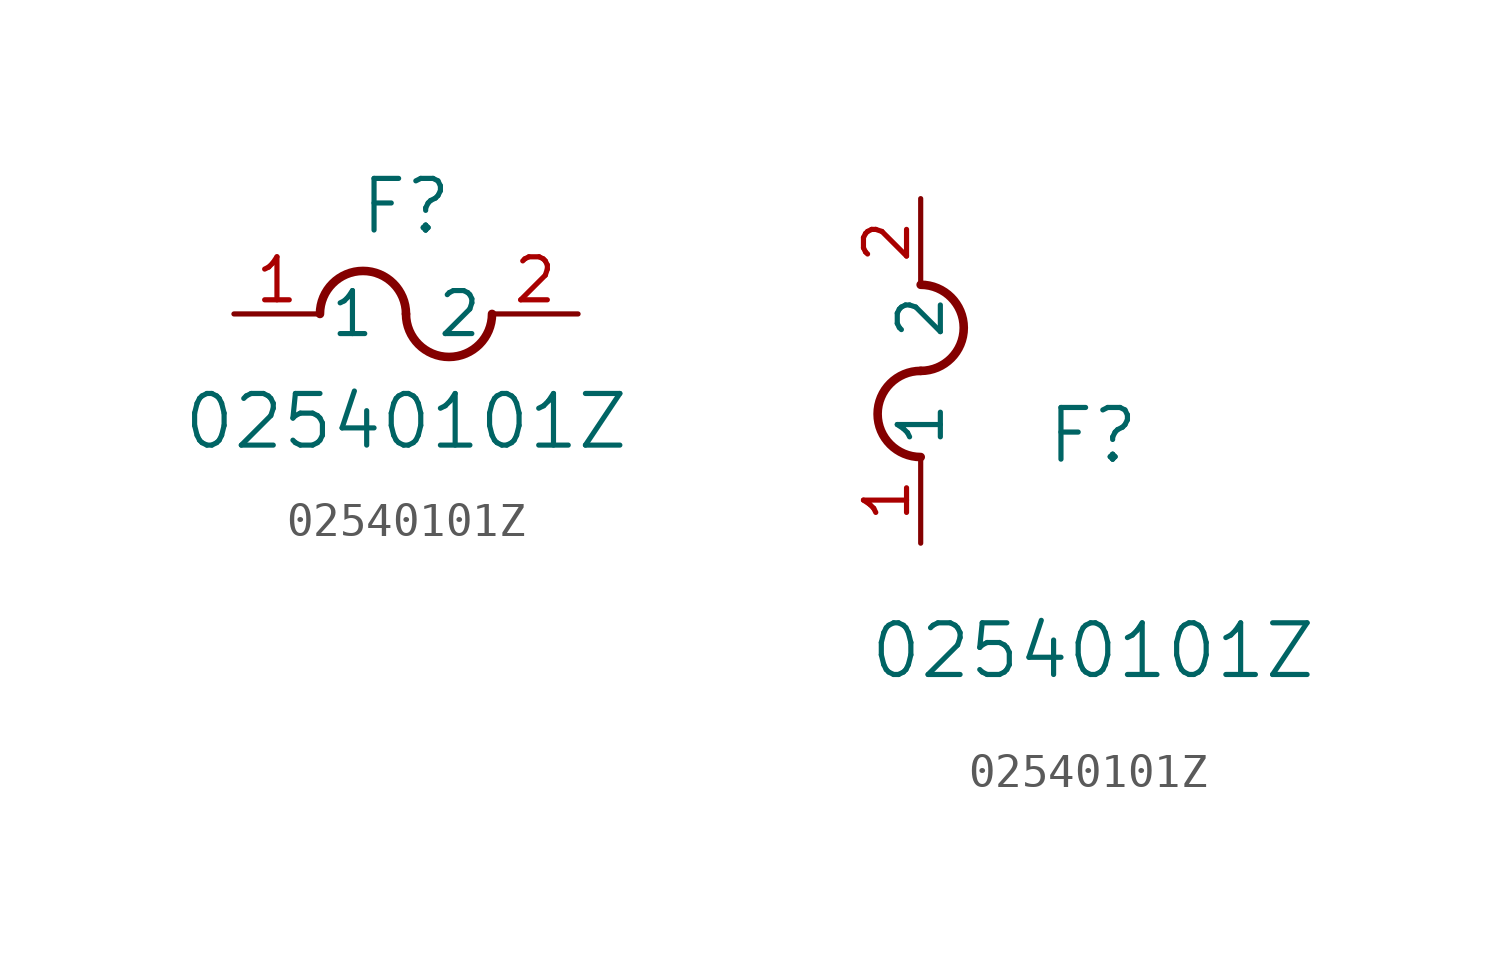
<source format=kicad_sym>
(kicad_symbol_lib
  (version 20211014)
  (generator kicad_symbol_editor)
  (symbol "02540101Z"
    (pin_names
      (offset 0.254))
    (property "Reference" "F"
      (at 5.08 3.175 0)
      (effects (font (size 1.524 1.524))))
    (property "Value" "02540101Z"
      (at 5.08 -3.175 0)
      (effects (font (size 1.524 1.524))))
    (symbol "02540101Z_1_1"
      (arc (start 5.08 0) (mid 3.81 1.27) (end 2.54 0) (stroke (width 0.254) (type default) (color 0 0 0 0)) (fill (type none)))
      (arc (start 5.08 0) (mid 6.35 -1.27) (end 7.62 0) (stroke (width 0.254) (type default) (color 0 0 0 0)) (fill (type none)))
      (pin unspecified line (at 0 0 0) (length 2.54) (name "1" (effects (font (size 1.27 1.27)))) (number "1" (effects (font (size 1.27 1.27)))))
      (pin unspecified line (at 10.16 0 180) (length 2.54) (name "2" (effects (font (size 1.27 1.27)))) (number "2" (effects (font (size 1.27 1.27))))))
    (symbol "02540101Z_1_2"
      (arc (start 0 5.08) (mid -1.27 3.81) (end 0 2.54) (stroke (width 0.254) (type default) (color 0 0 0 0)) (fill (type none)))
      (arc (start 0 5.08) (mid 1.27 6.35) (end 0 7.62) (stroke (width 0.254) (type default) (color 0 0 0 0)) (fill (type none)))
      (pin unspecified line (at 0 0 90) (length 2.54) (name "1" (effects (font (size 1.27 1.27)))) (number "1" (effects (font (size 1.27 1.27)))))
      (pin unspecified line (at 0 10.16 270) (length 2.54) (name "2" (effects (font (size 1.27 1.27)))) (number "2" (effects (font (size 1.27 1.27))))))))
</source>
